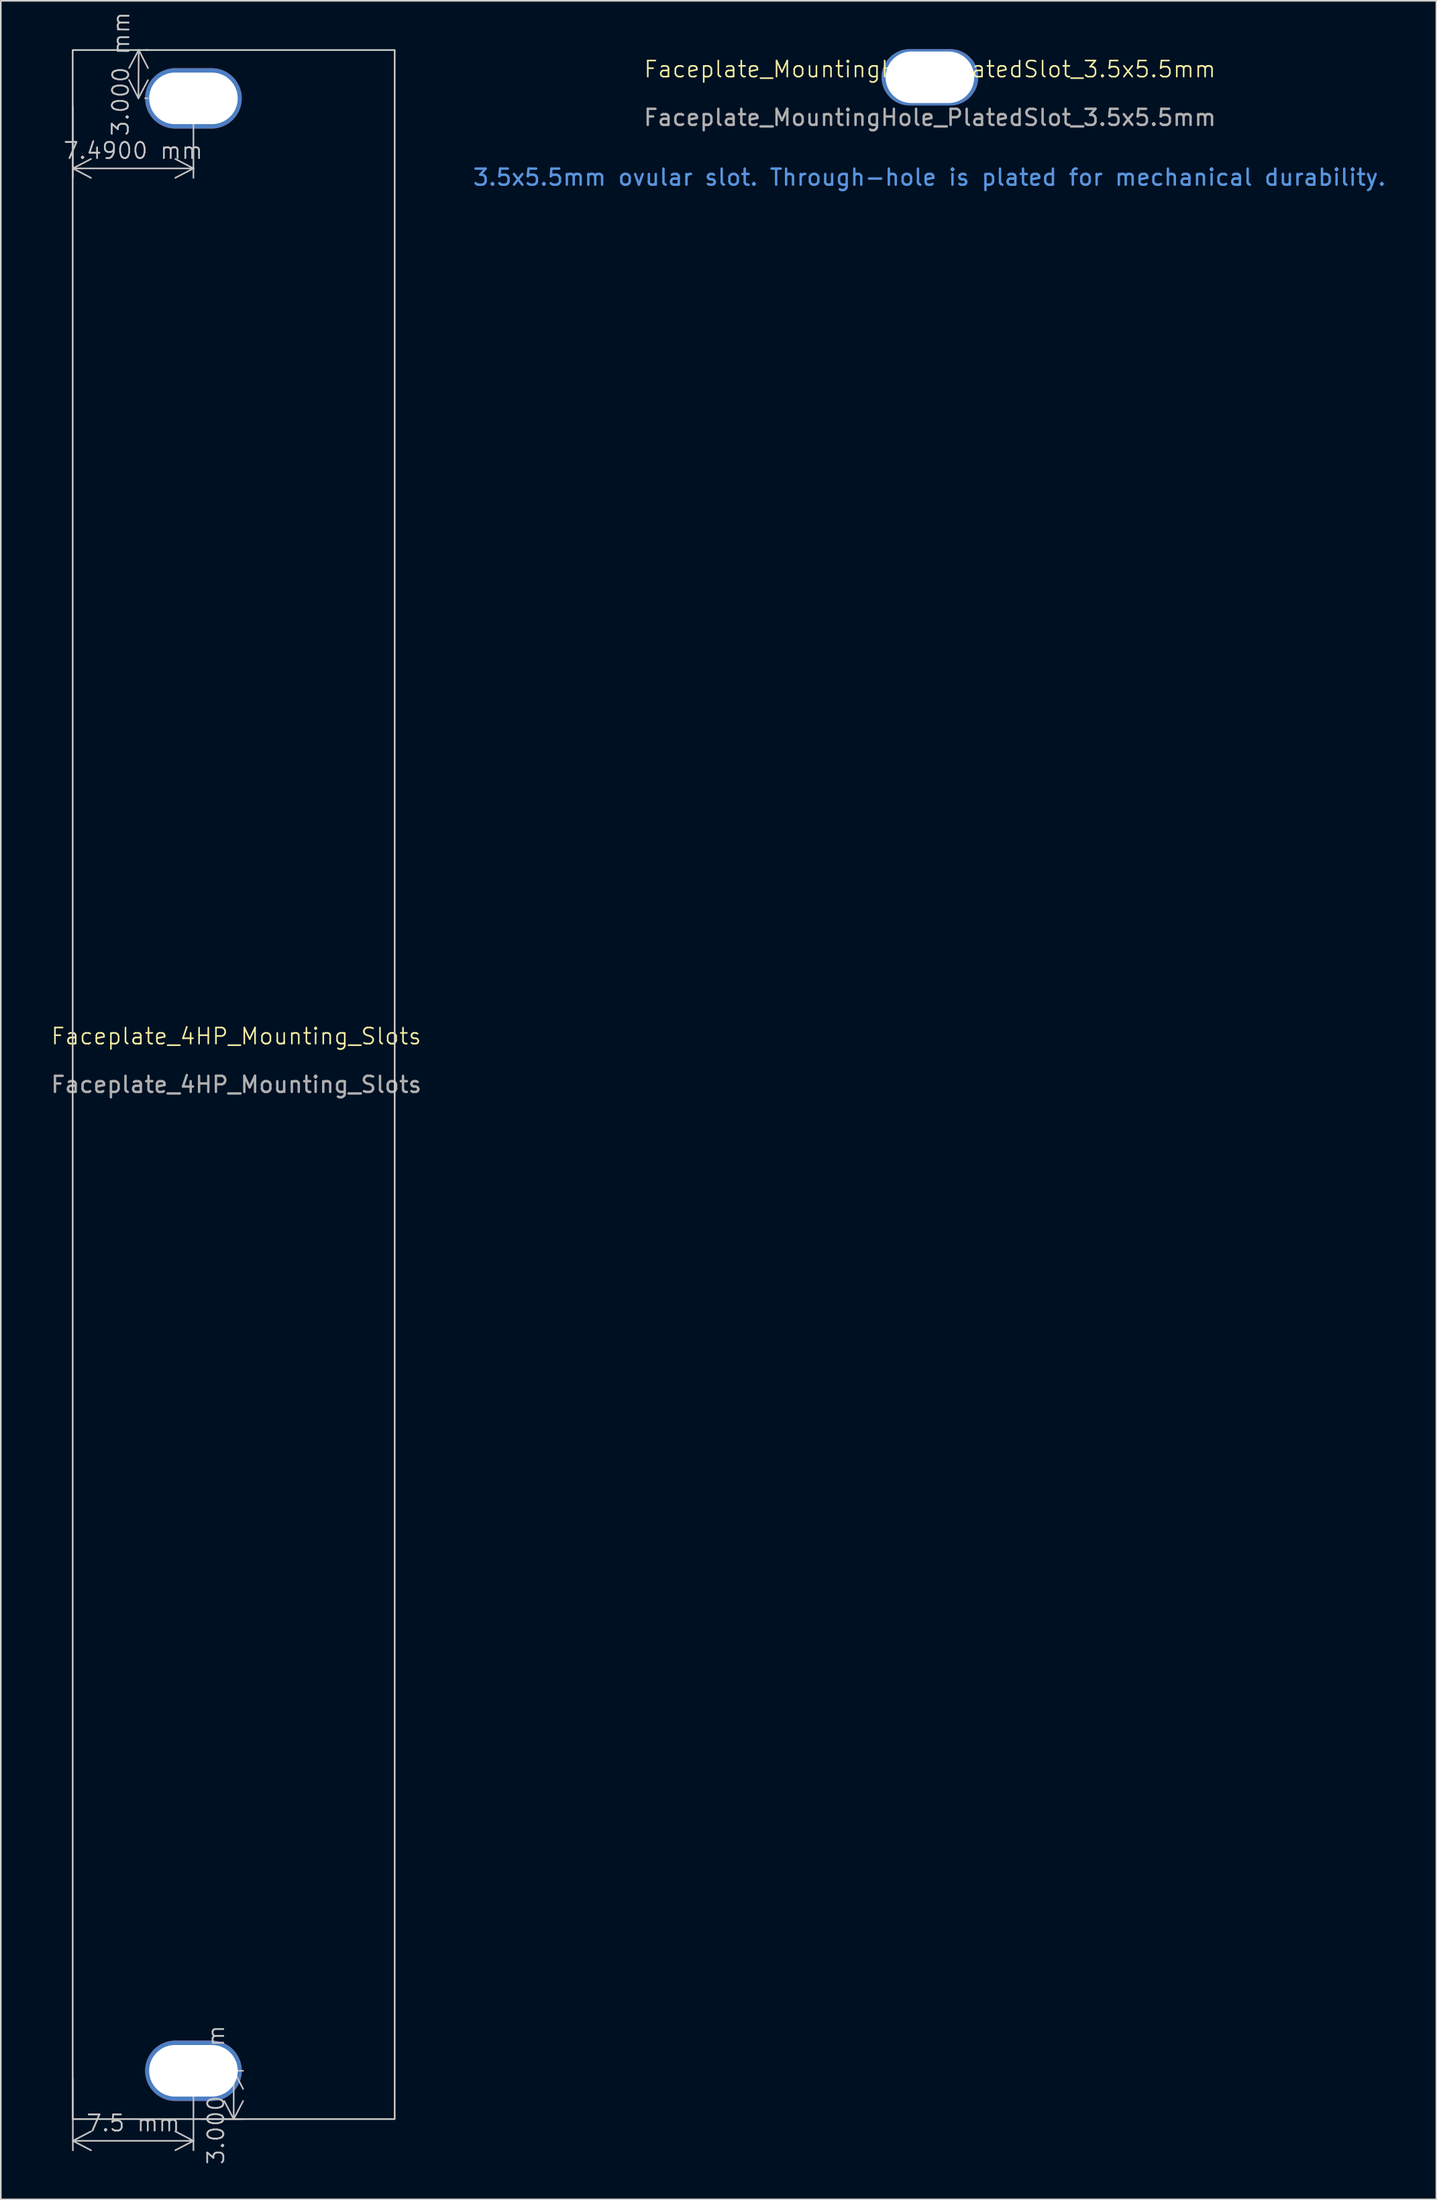
<source format=kicad_pcb>
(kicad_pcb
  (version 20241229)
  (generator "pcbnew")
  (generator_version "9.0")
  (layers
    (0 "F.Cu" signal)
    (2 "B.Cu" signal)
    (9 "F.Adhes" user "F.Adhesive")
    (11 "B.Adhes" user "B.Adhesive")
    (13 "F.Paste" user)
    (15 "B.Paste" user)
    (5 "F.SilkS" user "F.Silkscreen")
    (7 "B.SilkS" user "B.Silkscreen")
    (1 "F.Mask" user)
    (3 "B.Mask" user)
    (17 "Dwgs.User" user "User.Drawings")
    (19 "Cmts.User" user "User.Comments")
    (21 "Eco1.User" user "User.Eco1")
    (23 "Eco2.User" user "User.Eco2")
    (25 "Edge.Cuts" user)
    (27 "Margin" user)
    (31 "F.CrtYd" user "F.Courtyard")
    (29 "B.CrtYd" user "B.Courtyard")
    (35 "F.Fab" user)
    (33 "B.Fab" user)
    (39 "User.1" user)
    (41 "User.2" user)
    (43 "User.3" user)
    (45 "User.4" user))
  (footprint "Faceplate_4HP_Mounting_Slots"
    (layer "F.Cu")
    (at 11.625 61.809)
    (property "Reference" "Faceplate_4HP_Mounting_Slots" (at 0 -0.5 0) (unlocked yes) (layer "F.SilkS") (effects (font (size 1 1) (thickness 0.1))))
    (attr through_hole)
    (fp_rect (start -10.16 -61.75) (end 9.84 66.75) (stroke (width 0.1) (type default)) (fill no) (layer "Edge.Cuts"))
    (fp_text user "${REFERENCE}" (at 0 2.5 0) (unlocked yes) (layer "F.Fab") (effects (font (size 1 1) (thickness 0.15))))
    (dimension (type aligned) (layer "Dwgs.User") (pts (xy 8.965 3.059) (xy 1.475 3.059)) (height -4.35) (format (prefix "") (suffix "") (units 3) (units_format 1) (precision 4)) (style (thickness 0.1) (arrow_length 1.27) (text_position_mode 0) (arrow_direction outward) (extension_height 0.586) (extension_offset 0.5) (keep_text_aligned yes)) (gr_text "7.4900 mm" (at 5.22 6.309 0) (layer "Dwgs.User") (effects (font (size 1 1) (thickness 0.1)))))
    (dimension (type aligned) (layer "Dwgs.User") (pts (xy 8.965 125.559) (xy 8.965 128.559)) (height -2.5) (format (prefix "") (suffix "") (units 3) (units_format 1) (precision 4)) (style (thickness 0.1) (arrow_length 1.27) (text_position_mode 0) (arrow_direction outward) (extension_height 0.586) (extension_offset 0.5) (keep_text_aligned yes)) (gr_text "3.0000 mm" (at 10.365 127.059 90) (layer "Dwgs.User") (effects (font (size 1 1) (thickness 0.1)))))
    (dimension (type aligned) (layer "Dwgs.User") (pts (xy 8.965 125.559) (xy 1.475 125.559)) (height -4.35) (format (prefix "") (suffix "") (units 3) (units_format 1) (precision 4) (override_value "7.5")) (style (thickness 0.1) (arrow_length 1.27) (text_position_mode 0) (arrow_direction outward) (extension_height 0.586) (extension_offset 0.5) (keep_text_aligned yes)) (gr_text "7.5 mm" (at 5.22 128.809 0) (layer "Dwgs.User") (effects (font (size 1 1) (thickness 0.1)))))
    (dimension (type aligned) (layer "Dwgs.User") (pts (xy 5.465 3.049) (xy 5.485 0.049)) (height 0.081) (format (prefix "") (suffix "") (units 3) (units_format 1) (precision 3)) (style (thickness 0.1) (arrow_length 1.27) (text_position_mode 0) (arrow_direction outward) (extension_height 0.586) (extension_offset 0.5) (keep_text_aligned yes)) (gr_text "3.000 mm" (at 4.456 1.543 89.618) (layer "Dwgs.User") (effects (font (size 1 1) (thickness 0.1)))))
    (pad "1" thru_hole oval (at -2.66 -58.75 90) (size 3.75 6) (drill oval 3.2 5.5) (layers "*.Cu" "*.Mask"))
    (pad "1" thru_hole oval (at -2.66 63.75 90) (size 3.75 6) (drill oval 3.2 5.5) (layers "*.Cu" "*.Mask")))
  (footprint "Faceplate_MountingHole_PlatedSlot_3.5x5.5mm"
    (layer "F.Cu")
    (at 54.708 1.75)
    (property "Reference" "Faceplate_MountingHole_PlatedSlot_3.5x5.5mm" (at 0 -0.5 0) (unlocked yes) (layer "F.SilkS") (effects (font (size 1 1) (thickness 0.1))))
    (attr through_hole)
    (fp_text user "3.5x5.5mm ovular slot. Through-hole is plated for mechanical durability." (at -28.458 6.8 0) (unlocked yes) (layer "Cmts.User") (effects (font (size 1 1) (thickness 0.15)) (justify left bottom)))
    (fp_text user "${REFERENCE}" (at 0 2.5 0) (unlocked yes) (layer "F.Fab") (effects (font (size 1 1) (thickness 0.15))))
    (pad "1" thru_hole oval (at 0 0 90) (size 3.5 6) (drill oval 3.2 5.5) (layers "*.Cu" "*.Mask")))
  (gr_rect
    (start -3 -3)
    (end 86.167 133.546)
    (stroke (width 0.1) (type default))
    (fill no)
    (layer "Edge.Cuts")))
</source>
